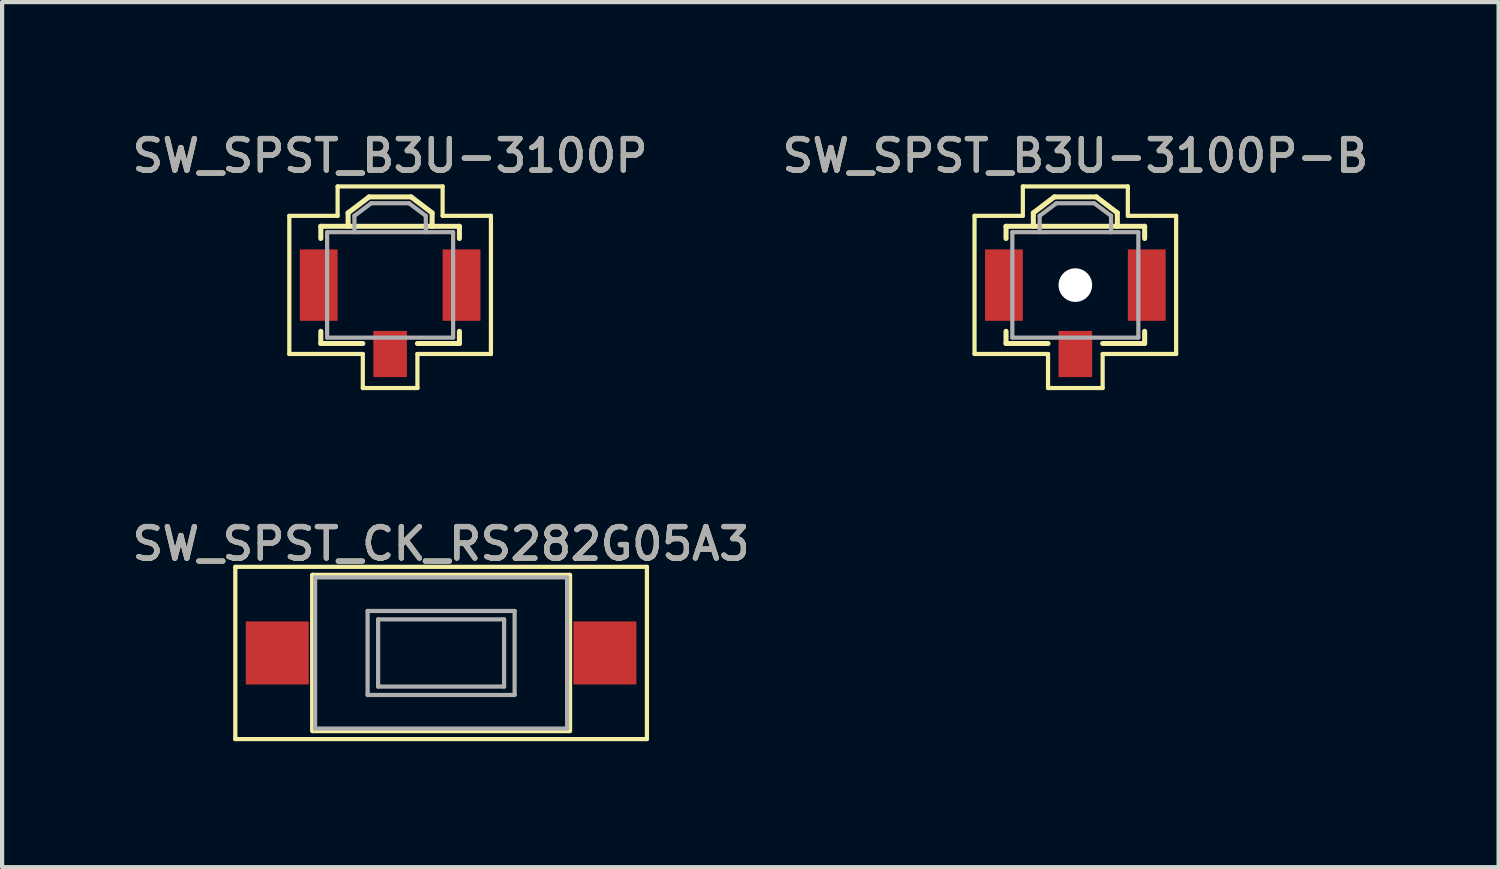
<source format=kicad_pcb>
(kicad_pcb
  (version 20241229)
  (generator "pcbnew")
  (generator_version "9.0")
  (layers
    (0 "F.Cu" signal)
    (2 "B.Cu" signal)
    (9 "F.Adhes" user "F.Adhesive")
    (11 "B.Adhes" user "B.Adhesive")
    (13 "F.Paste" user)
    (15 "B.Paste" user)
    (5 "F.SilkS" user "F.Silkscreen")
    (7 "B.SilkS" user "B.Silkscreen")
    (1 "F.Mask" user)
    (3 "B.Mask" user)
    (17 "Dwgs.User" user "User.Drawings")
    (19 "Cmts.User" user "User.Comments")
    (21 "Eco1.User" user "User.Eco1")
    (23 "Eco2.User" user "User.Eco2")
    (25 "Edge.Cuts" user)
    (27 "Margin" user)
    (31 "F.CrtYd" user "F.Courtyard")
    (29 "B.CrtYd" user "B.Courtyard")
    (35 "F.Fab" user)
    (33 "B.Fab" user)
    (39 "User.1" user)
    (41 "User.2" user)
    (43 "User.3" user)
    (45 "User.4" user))
  (footprint "SW_SPST_B3U-3100P-B"
    (layer "F.Cu")
    (at 22.552 4.558)
    (property "Reference" "SW_SPST_B3U-3100P-B" (at 0 -3.9 0) (layer "F.SilkS") (effects (font (size 0.75 0.75) (thickness 0.125))))
    (attr smd)
    (fp_line (start -2.4 -2.47) (end -2.4 0.82) (stroke (width 0.1) (type solid)) (layer "F.SilkS"))
    (fp_line (start -2.4 0.82) (end -0.65 0.82) (stroke (width 0.1) (type solid)) (layer "F.SilkS"))
    (fp_line (start -1.65 -2.22) (end 1.65 -2.22) (stroke (width 0.12) (type solid)) (layer "F.SilkS"))
    (fp_line (start -1.65 -1.93) (end -1.65 -2.22) (stroke (width 0.12) (type solid)) (layer "F.SilkS"))
    (fp_line (start -1.65 0.28) (end -1.65 0.57) (stroke (width 0.12) (type solid)) (layer "F.SilkS"))
    (fp_line (start -1.65 0.57) (end -0.65 0.57) (stroke (width 0.12) (type solid)) (layer "F.SilkS"))
    (fp_line (start -1.25 -3.17) (end 1.25 -3.17) (stroke (width 0.1) (type solid)) (layer "F.SilkS"))
    (fp_line (start -1.25 -2.47) (end -2.4 -2.47) (stroke (width 0.1) (type solid)) (layer "F.SilkS"))
    (fp_line (start -1.25 -2.47) (end -1.25 -3.17) (stroke (width 0.1) (type solid)) (layer "F.SilkS"))
    (fp_line (start -1 -2.54) (end -1 -2.22) (stroke (width 0.12) (type solid)) (layer "F.SilkS"))
    (fp_line (start -0.65 0.82) (end -0.65 1.63) (stroke (width 0.1) (type solid)) (layer "F.SilkS"))
    (fp_line (start -0.65 1.63) (end 0.65 1.63) (stroke (width 0.1) (type solid)) (layer "F.SilkS"))
    (fp_line (start -0.5 -2.92) (end -1 -2.54) (stroke (width 0.12) (type solid)) (layer "F.SilkS"))
    (fp_line (start -0.5 -2.92) (end 0.5 -2.92) (stroke (width 0.12) (type solid)) (layer "F.SilkS"))
    (fp_line (start 0.5 -2.92) (end 1 -2.54) (stroke (width 0.12) (type solid)) (layer "F.SilkS"))
    (fp_line (start 0.65 0.82) (end 2.4 0.82) (stroke (width 0.1) (type solid)) (layer "F.SilkS"))
    (fp_line (start 0.65 1.63) (end 0.65 0.82) (stroke (width 0.1) (type solid)) (layer "F.SilkS"))
    (fp_line (start 1 -2.54) (end 1 -2.22) (stroke (width 0.12) (type solid)) (layer "F.SilkS"))
    (fp_line (start 1.25 -3.17) (end 1.25 -2.47) (stroke (width 0.1) (type solid)) (layer "F.SilkS"))
    (fp_line (start 1.25 -2.47) (end 2.4 -2.47) (stroke (width 0.1) (type solid)) (layer "F.SilkS"))
    (fp_line (start 1.65 -2.22) (end 1.65 -1.93) (stroke (width 0.12) (type solid)) (layer "F.SilkS"))
    (fp_line (start 1.65 0.57) (end 0.65 0.57) (stroke (width 0.12) (type solid)) (layer "F.SilkS"))
    (fp_line (start 1.65 0.57) (end 1.65 0.28) (stroke (width 0.12) (type solid)) (layer "F.SilkS"))
    (fp_line (start 2.4 0.82) (end 2.4 -2.47) (stroke (width 0.1) (type solid)) (layer "F.SilkS"))
    (fp_line (start -1.5 -2.08) (end 1.5 -2.08) (stroke (width 0.1) (type solid)) (layer "F.Fab"))
    (fp_line (start -1.5 0.43) (end -1.5 -2.08) (stroke (width 0.1) (type solid)) (layer "F.Fab"))
    (fp_line (start -0.85 -2.47) (end -0.45 -2.77) (stroke (width 0.1) (type solid)) (layer "F.Fab"))
    (fp_line (start -0.85 -2.08) (end -0.85 -2.47) (stroke (width 0.1) (type solid)) (layer "F.Fab"))
    (fp_line (start -0.45 -2.77) (end 0.45 -2.77) (stroke (width 0.1) (type solid)) (layer "F.Fab"))
    (fp_line (start 0.45 -2.77) (end 0.85 -2.47) (stroke (width 0.1) (type solid)) (layer "F.Fab"))
    (fp_line (start 0.85 -2.47) (end 0.85 -2.08) (stroke (width 0.1) (type solid)) (layer "F.Fab"))
    (fp_line (start 1.5 -2.08) (end 1.5 0.43) (stroke (width 0.1) (type solid)) (layer "F.Fab"))
    (fp_line (start 1.5 0.43) (end -1.5 0.43) (stroke (width 0.1) (type solid)) (layer "F.Fab"))
    (fp_text user "${REFERENCE}" (at 0 -3.9 0) (layer "F.Fab") (effects (font (size 0.75 0.75) (thickness 0.125))))
    (pad "" np_thru_hole circle (at 0 -0.82) (size 0.8 0.8) (drill 0.8) (layers "*.Cu" "*.Mask"))
    (pad "1" smd rect (at -1.7 -0.82) (size 0.9 1.7) (layers "F.Cu" "F.Mask" "F.Paste"))
    (pad "2" smd rect (at 1.7 -0.82) (size 0.9 1.7) (layers "F.Cu" "F.Mask" "F.Paste"))
    (pad "3" smd rect (at 0 0.82) (size 0.8 1.1) (layers "F.Cu" "F.Mask" "F.Paste")))
  (footprint "SW_SPST_CK_RS282G05A3"
    (layer "F.Cu")
    (at 7.452 12.496)
    (property "Reference" "SW_SPST_CK_RS282G05A3" (at 0 -2.6 0) (layer "F.SilkS") (effects (font (size 0.75 0.75) (thickness 0.125))))
    (attr smd)
    (fp_line (start -4.9 -2.05) (end 4.9 -2.05) (stroke (width 0.1) (type solid)) (layer "F.SilkS"))
    (fp_line (start -4.9 2.05) (end -4.9 -2.05) (stroke (width 0.1) (type solid)) (layer "F.SilkS"))
    (fp_line (start -3.06 -1.85) (end 3.06 -1.85) (stroke (width 0.12) (type solid)) (layer "F.SilkS"))
    (fp_line (start -3.06 1.85) (end -3.06 -1.85) (stroke (width 0.12) (type solid)) (layer "F.SilkS"))
    (fp_line (start 3.06 -1.85) (end 3.06 1.85) (stroke (width 0.12) (type solid)) (layer "F.SilkS"))
    (fp_line (start 3.06 1.85) (end -3.06 1.85) (stroke (width 0.12) (type solid)) (layer "F.SilkS"))
    (fp_line (start 4.9 -2.05) (end 4.9 2.05) (stroke (width 0.1) (type solid)) (layer "F.SilkS"))
    (fp_line (start 4.9 2.05) (end -4.9 2.05) (stroke (width 0.1) (type solid)) (layer "F.SilkS"))
    (fp_line (start -3 -1.8) (end -3 1.8) (stroke (width 0.1) (type solid)) (layer "F.Fab"))
    (fp_line (start -3 -1.8) (end 3 -1.8) (stroke (width 0.1) (type solid)) (layer "F.Fab"))
    (fp_line (start -3 1.8) (end 3 1.8) (stroke (width 0.1) (type solid)) (layer "F.Fab"))
    (fp_line (start -1.75 -1) (end 1.75 -1) (stroke (width 0.1) (type solid)) (layer "F.Fab"))
    (fp_line (start -1.75 1) (end -1.75 -1) (stroke (width 0.1) (type solid)) (layer "F.Fab"))
    (fp_line (start -1.5 -0.8) (end -1.5 0.8) (stroke (width 0.1) (type solid)) (layer "F.Fab"))
    (fp_line (start -1.5 -0.8) (end 1.5 -0.8) (stroke (width 0.1) (type solid)) (layer "F.Fab"))
    (fp_line (start -1.5 0.8) (end 1.5 0.8) (stroke (width 0.1) (type solid)) (layer "F.Fab"))
    (fp_line (start 1.5 -0.8) (end 1.5 0.8) (stroke (width 0.1) (type solid)) (layer "F.Fab"))
    (fp_line (start 1.75 -1) (end 1.75 1) (stroke (width 0.1) (type solid)) (layer "F.Fab"))
    (fp_line (start 1.75 1) (end -1.75 1) (stroke (width 0.1) (type solid)) (layer "F.Fab"))
    (fp_line (start 3 -1.8) (end 3 1.8) (stroke (width 0.1) (type solid)) (layer "F.Fab"))
    (fp_text user "${REFERENCE}" (at 0 -2.6 0) (layer "F.Fab") (effects (font (size 0.75 0.75) (thickness 0.125))))
    (pad "1" smd rect (at -3.9 0) (size 1.5 1.5) (layers "F.Cu" "F.Mask" "F.Paste"))
    (pad "2" smd rect (at 3.9 0) (size 1.5 1.5) (layers "F.Cu" "F.Mask" "F.Paste")))
  (footprint "SW_SPST_B3U-3100P"
    (layer "F.Cu")
    (at 6.238 4.558)
    (property "Reference" "SW_SPST_B3U-3100P" (at 0 -3.9 0) (layer "F.SilkS") (effects (font (size 0.75 0.75) (thickness 0.125))))
    (attr smd)
    (fp_line (start -2.4 -2.47) (end -2.4 0.82) (stroke (width 0.1) (type solid)) (layer "F.SilkS"))
    (fp_line (start -2.4 0.82) (end -0.65 0.82) (stroke (width 0.1) (type solid)) (layer "F.SilkS"))
    (fp_line (start -1.65 -2.22) (end 1.65 -2.22) (stroke (width 0.12) (type solid)) (layer "F.SilkS"))
    (fp_line (start -1.65 -1.93) (end -1.65 -2.22) (stroke (width 0.12) (type solid)) (layer "F.SilkS"))
    (fp_line (start -1.65 0.28) (end -1.65 0.57) (stroke (width 0.12) (type solid)) (layer "F.SilkS"))
    (fp_line (start -1.65 0.57) (end -0.65 0.57) (stroke (width 0.12) (type solid)) (layer "F.SilkS"))
    (fp_line (start -1.25 -3.17) (end 1.25 -3.17) (stroke (width 0.1) (type solid)) (layer "F.SilkS"))
    (fp_line (start -1.25 -2.47) (end -2.4 -2.47) (stroke (width 0.1) (type solid)) (layer "F.SilkS"))
    (fp_line (start -1.25 -2.47) (end -1.25 -3.17) (stroke (width 0.1) (type solid)) (layer "F.SilkS"))
    (fp_line (start -1 -2.54) (end -1 -2.22) (stroke (width 0.12) (type solid)) (layer "F.SilkS"))
    (fp_line (start -0.65 0.82) (end -0.65 1.63) (stroke (width 0.1) (type solid)) (layer "F.SilkS"))
    (fp_line (start -0.65 1.63) (end 0.65 1.63) (stroke (width 0.1) (type solid)) (layer "F.SilkS"))
    (fp_line (start -0.5 -2.92) (end -1 -2.54) (stroke (width 0.12) (type solid)) (layer "F.SilkS"))
    (fp_line (start -0.5 -2.92) (end 0.5 -2.92) (stroke (width 0.12) (type solid)) (layer "F.SilkS"))
    (fp_line (start 0.5 -2.92) (end 1 -2.54) (stroke (width 0.12) (type solid)) (layer "F.SilkS"))
    (fp_line (start 0.65 0.82) (end 2.4 0.82) (stroke (width 0.1) (type solid)) (layer "F.SilkS"))
    (fp_line (start 0.65 1.63) (end 0.65 0.82) (stroke (width 0.1) (type solid)) (layer "F.SilkS"))
    (fp_line (start 1 -2.54) (end 1 -2.22) (stroke (width 0.12) (type solid)) (layer "F.SilkS"))
    (fp_line (start 1.25 -3.17) (end 1.25 -2.47) (stroke (width 0.1) (type solid)) (layer "F.SilkS"))
    (fp_line (start 1.25 -2.47) (end 2.4 -2.47) (stroke (width 0.1) (type solid)) (layer "F.SilkS"))
    (fp_line (start 1.65 -2.22) (end 1.65 -1.93) (stroke (width 0.12) (type solid)) (layer "F.SilkS"))
    (fp_line (start 1.65 0.57) (end 0.65 0.57) (stroke (width 0.12) (type solid)) (layer "F.SilkS"))
    (fp_line (start 1.65 0.57) (end 1.65 0.28) (stroke (width 0.12) (type solid)) (layer "F.SilkS"))
    (fp_line (start 2.4 0.82) (end 2.4 -2.47) (stroke (width 0.1) (type solid)) (layer "F.SilkS"))
    (fp_line (start -1.5 -2.08) (end 1.5 -2.08) (stroke (width 0.1) (type solid)) (layer "F.Fab"))
    (fp_line (start -1.5 0.43) (end -1.5 -2.08) (stroke (width 0.1) (type solid)) (layer "F.Fab"))
    (fp_line (start -0.85 -2.47) (end -0.45 -2.77) (stroke (width 0.1) (type solid)) (layer "F.Fab"))
    (fp_line (start -0.85 -2.08) (end -0.85 -2.47) (stroke (width 0.1) (type solid)) (layer "F.Fab"))
    (fp_line (start -0.45 -2.77) (end 0.45 -2.77) (stroke (width 0.1) (type solid)) (layer "F.Fab"))
    (fp_line (start 0.45 -2.77) (end 0.85 -2.47) (stroke (width 0.1) (type solid)) (layer "F.Fab"))
    (fp_line (start 0.85 -2.47) (end 0.85 -2.08) (stroke (width 0.1) (type solid)) (layer "F.Fab"))
    (fp_line (start 1.5 -2.08) (end 1.5 0.43) (stroke (width 0.1) (type solid)) (layer "F.Fab"))
    (fp_line (start 1.5 0.43) (end -1.5 0.43) (stroke (width 0.1) (type solid)) (layer "F.Fab"))
    (fp_text user "${REFERENCE}" (at 0 -3.9 0) (layer "F.Fab") (effects (font (size 0.75 0.75) (thickness 0.125))))
    (pad "1" smd rect (at -1.7 -0.82) (size 0.9 1.7) (layers "F.Cu" "F.Mask" "F.Paste"))
    (pad "2" smd rect (at 1.7 -0.82) (size 0.9 1.7) (layers "F.Cu" "F.Mask" "F.Paste"))
    (pad "3" smd rect (at 0 0.82) (size 0.8 1.1) (layers "F.Cu" "F.Mask" "F.Paste")))
  (gr_rect
    (start -3 -3)
    (end 32.629 17.596)
    (stroke (width 0.1) (type default))
    (fill no)
    (layer "Edge.Cuts")))
</source>
